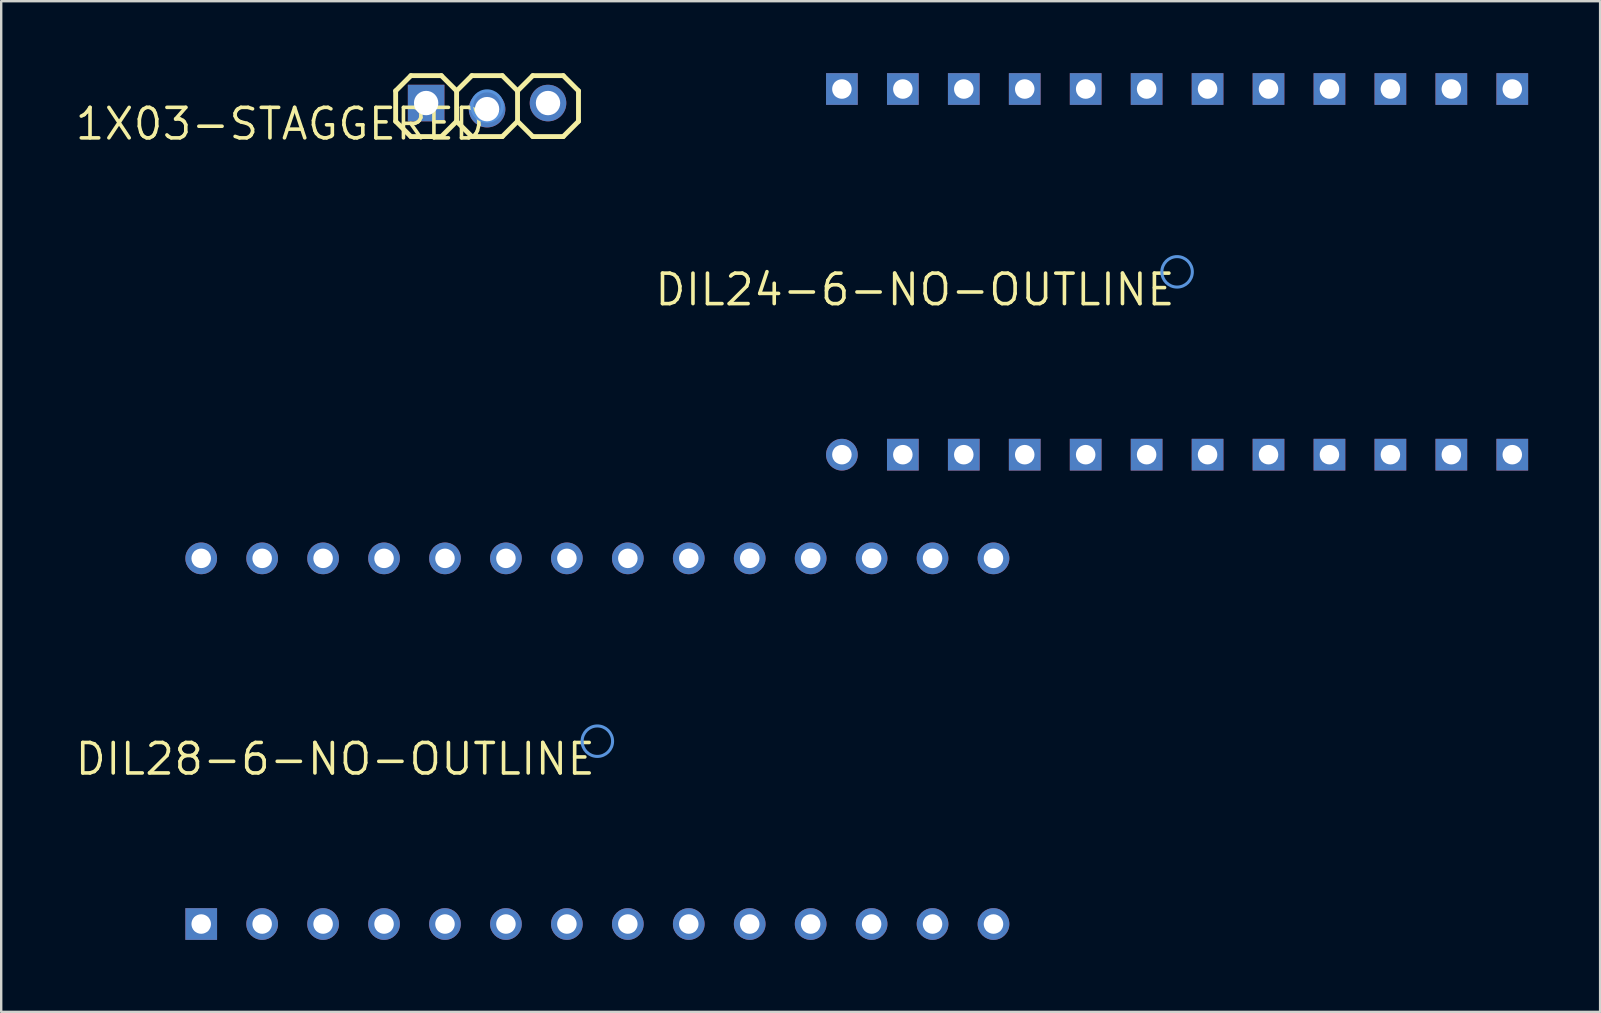
<source format=kicad_pcb>
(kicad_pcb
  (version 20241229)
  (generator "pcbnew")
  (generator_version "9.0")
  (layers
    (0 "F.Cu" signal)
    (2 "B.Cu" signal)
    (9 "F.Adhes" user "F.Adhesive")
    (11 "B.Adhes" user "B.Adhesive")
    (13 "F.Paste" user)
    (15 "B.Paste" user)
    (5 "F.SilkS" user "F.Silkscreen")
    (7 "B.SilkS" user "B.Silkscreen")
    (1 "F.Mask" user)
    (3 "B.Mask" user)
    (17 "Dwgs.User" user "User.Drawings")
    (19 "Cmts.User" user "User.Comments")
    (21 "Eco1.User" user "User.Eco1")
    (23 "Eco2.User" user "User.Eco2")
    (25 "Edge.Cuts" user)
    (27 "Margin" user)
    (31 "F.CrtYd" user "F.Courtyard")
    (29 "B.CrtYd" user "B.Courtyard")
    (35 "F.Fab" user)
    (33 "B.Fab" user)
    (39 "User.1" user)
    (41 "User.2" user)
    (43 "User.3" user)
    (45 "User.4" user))
  (footprint "DIL28-6-NO-OUTLINE"
    (layer "F.Cu")
    (at 21.846 27.841)
    (property "Reference" "DIL28-6-NO-OUTLINE" (at 0 0 0) (layer "F.SilkS") (effects (font (size 1.27 1.27) (thickness 0.15)) (justify right top)))
    (attr through_hole)
    (fp_circle (center 0 0) (end 0.635 0) (stroke (width 0.127) (type solid)) (fill no) (layer "Cmts.User"))
    (fp_poly (pts (xy -16.764 -7.366) (xy -16.256 -7.366) (xy -16.256 -7.874) (xy -16.764 -7.874)) (stroke (width 0.1) (type solid)) (fill no) (layer "F.Fab"))
    (fp_poly (pts (xy -16.764 7.874) (xy -16.256 7.874) (xy -16.256 7.366) (xy -16.764 7.366)) (stroke (width 0.1) (type solid)) (fill no) (layer "F.Fab"))
    (fp_poly (pts (xy -14.224 -7.366) (xy -13.716 -7.366) (xy -13.716 -7.874) (xy -14.224 -7.874)) (stroke (width 0.1) (type solid)) (fill no) (layer "F.Fab"))
    (fp_poly (pts (xy -14.224 7.874) (xy -13.716 7.874) (xy -13.716 7.366) (xy -14.224 7.366)) (stroke (width 0.1) (type solid)) (fill no) (layer "F.Fab"))
    (fp_poly (pts (xy -11.684 -7.366) (xy -11.176 -7.366) (xy -11.176 -7.874) (xy -11.684 -7.874)) (stroke (width 0.1) (type solid)) (fill no) (layer "F.Fab"))
    (fp_poly (pts (xy -11.684 7.874) (xy -11.176 7.874) (xy -11.176 7.366) (xy -11.684 7.366)) (stroke (width 0.1) (type solid)) (fill no) (layer "F.Fab"))
    (fp_poly (pts (xy -9.144 -7.366) (xy -8.636 -7.366) (xy -8.636 -7.874) (xy -9.144 -7.874)) (stroke (width 0.1) (type solid)) (fill no) (layer "F.Fab"))
    (fp_poly (pts (xy -9.144 7.874) (xy -8.636 7.874) (xy -8.636 7.366) (xy -9.144 7.366)) (stroke (width 0.1) (type solid)) (fill no) (layer "F.Fab"))
    (fp_poly (pts (xy -6.604 -7.366) (xy -6.096 -7.366) (xy -6.096 -7.874) (xy -6.604 -7.874)) (stroke (width 0.1) (type solid)) (fill no) (layer "F.Fab"))
    (fp_poly (pts (xy -6.604 7.874) (xy -6.096 7.874) (xy -6.096 7.366) (xy -6.604 7.366)) (stroke (width 0.1) (type solid)) (fill no) (layer "F.Fab"))
    (fp_poly (pts (xy -4.064 -7.366) (xy -3.556 -7.366) (xy -3.556 -7.874) (xy -4.064 -7.874)) (stroke (width 0.1) (type solid)) (fill no) (layer "F.Fab"))
    (fp_poly (pts (xy -4.064 7.874) (xy -3.556 7.874) (xy -3.556 7.366) (xy -4.064 7.366)) (stroke (width 0.1) (type solid)) (fill no) (layer "F.Fab"))
    (fp_poly (pts (xy -1.524 -7.366) (xy -1.016 -7.366) (xy -1.016 -7.874) (xy -1.524 -7.874)) (stroke (width 0.1) (type solid)) (fill no) (layer "F.Fab"))
    (fp_poly (pts (xy -1.524 7.874) (xy -1.016 7.874) (xy -1.016 7.366) (xy -1.524 7.366)) (stroke (width 0.1) (type solid)) (fill no) (layer "F.Fab"))
    (fp_poly (pts (xy 1.016 -7.366) (xy 1.524 -7.366) (xy 1.524 -7.874) (xy 1.016 -7.874)) (stroke (width 0.1) (type solid)) (fill no) (layer "F.Fab"))
    (fp_poly (pts (xy 1.016 7.874) (xy 1.524 7.874) (xy 1.524 7.366) (xy 1.016 7.366)) (stroke (width 0.1) (type solid)) (fill no) (layer "F.Fab"))
    (fp_poly (pts (xy 3.556 -7.366) (xy 4.064 -7.366) (xy 4.064 -7.874) (xy 3.556 -7.874)) (stroke (width 0.1) (type solid)) (fill no) (layer "F.Fab"))
    (fp_poly (pts (xy 3.556 7.874) (xy 4.064 7.874) (xy 4.064 7.366) (xy 3.556 7.366)) (stroke (width 0.1) (type solid)) (fill no) (layer "F.Fab"))
    (fp_poly (pts (xy 6.096 -7.366) (xy 6.604 -7.366) (xy 6.604 -7.874) (xy 6.096 -7.874)) (stroke (width 0.1) (type solid)) (fill no) (layer "F.Fab"))
    (fp_poly (pts (xy 6.096 7.874) (xy 6.604 7.874) (xy 6.604 7.366) (xy 6.096 7.366)) (stroke (width 0.1) (type solid)) (fill no) (layer "F.Fab"))
    (fp_poly (pts (xy 8.636 -7.366) (xy 9.144 -7.366) (xy 9.144 -7.874) (xy 8.636 -7.874)) (stroke (width 0.1) (type solid)) (fill no) (layer "F.Fab"))
    (fp_poly (pts (xy 8.636 7.874) (xy 9.144 7.874) (xy 9.144 7.366) (xy 8.636 7.366)) (stroke (width 0.1) (type solid)) (fill no) (layer "F.Fab"))
    (fp_poly (pts (xy 11.176 -7.366) (xy 11.684 -7.366) (xy 11.684 -7.874) (xy 11.176 -7.874)) (stroke (width 0.1) (type solid)) (fill no) (layer "F.Fab"))
    (fp_poly (pts (xy 11.176 7.874) (xy 11.684 7.874) (xy 11.684 7.366) (xy 11.176 7.366)) (stroke (width 0.1) (type solid)) (fill no) (layer "F.Fab"))
    (fp_poly (pts (xy 13.716 -7.366) (xy 14.224 -7.366) (xy 14.224 -7.874) (xy 13.716 -7.874)) (stroke (width 0.1) (type solid)) (fill no) (layer "F.Fab"))
    (fp_poly (pts (xy 13.716 7.874) (xy 14.224 7.874) (xy 14.224 7.366) (xy 13.716 7.366)) (stroke (width 0.1) (type solid)) (fill no) (layer "F.Fab"))
    (fp_poly (pts (xy 16.256 -7.366) (xy 16.764 -7.366) (xy 16.764 -7.874) (xy 16.256 -7.874)) (stroke (width 0.1) (type solid)) (fill no) (layer "F.Fab"))
    (fp_poly (pts (xy 16.256 7.874) (xy 16.764 7.874) (xy 16.764 7.366) (xy 16.256 7.366)) (stroke (width 0.1) (type solid)) (fill no) (layer "F.Fab"))
    (pad "1" thru_hole rect (at -16.51 7.62 90) (size 1.321 1.321) (drill 0.813) (layers "*.Cu" "*.Mask"))
    (pad "2" thru_hole circle (at -13.97 7.62 90) (size 1.321 1.321) (drill 0.813) (layers "*.Cu" "*.Mask"))
    (pad "3" thru_hole circle (at -11.43 7.62 90) (size 1.321 1.321) (drill 0.813) (layers "*.Cu" "*.Mask"))
    (pad "4" thru_hole circle (at -8.89 7.62 90) (size 1.321 1.321) (drill 0.813) (layers "*.Cu" "*.Mask"))
    (pad "5" thru_hole circle (at -6.35 7.62 90) (size 1.321 1.321) (drill 0.813) (layers "*.Cu" "*.Mask"))
    (pad "6" thru_hole circle (at -3.81 7.62 90) (size 1.321 1.321) (drill 0.813) (layers "*.Cu" "*.Mask"))
    (pad "7" thru_hole circle (at -1.27 7.62 90) (size 1.321 1.321) (drill 0.813) (layers "*.Cu" "*.Mask"))
    (pad "8" thru_hole circle (at 1.27 7.62 90) (size 1.321 1.321) (drill 0.813) (layers "*.Cu" "*.Mask"))
    (pad "9" thru_hole circle (at 3.81 7.62 90) (size 1.321 1.321) (drill 0.813) (layers "*.Cu" "*.Mask"))
    (pad "10" thru_hole circle (at 6.35 7.62 90) (size 1.321 1.321) (drill 0.813) (layers "*.Cu" "*.Mask"))
    (pad "11" thru_hole circle (at 8.89 7.62 90) (size 1.321 1.321) (drill 0.813) (layers "*.Cu" "*.Mask"))
    (pad "12" thru_hole circle (at 11.43 7.62 90) (size 1.321 1.321) (drill 0.813) (layers "*.Cu" "*.Mask"))
    (pad "13" thru_hole circle (at 13.97 7.62 90) (size 1.321 1.321) (drill 0.813) (layers "*.Cu" "*.Mask"))
    (pad "14" thru_hole circle (at 16.51 7.62 90) (size 1.321 1.321) (drill 0.813) (layers "*.Cu" "*.Mask"))
    (pad "15" thru_hole circle (at 16.51 -7.62 90) (size 1.321 1.321) (drill 0.813) (layers "*.Cu" "*.Mask"))
    (pad "16" thru_hole circle (at 13.97 -7.62 90) (size 1.321 1.321) (drill 0.813) (layers "*.Cu" "*.Mask"))
    (pad "17" thru_hole circle (at 11.43 -7.62 90) (size 1.321 1.321) (drill 0.813) (layers "*.Cu" "*.Mask"))
    (pad "18" thru_hole circle (at 8.89 -7.62 90) (size 1.321 1.321) (drill 0.813) (layers "*.Cu" "*.Mask"))
    (pad "19" thru_hole circle (at 6.35 -7.62 90) (size 1.321 1.321) (drill 0.813) (layers "*.Cu" "*.Mask"))
    (pad "20" thru_hole circle (at 3.81 -7.62 90) (size 1.321 1.321) (drill 0.813) (layers "*.Cu" "*.Mask"))
    (pad "21" thru_hole circle (at 1.27 -7.62 90) (size 1.321 1.321) (drill 0.813) (layers "*.Cu" "*.Mask"))
    (pad "22" thru_hole circle (at -1.27 -7.62 90) (size 1.321 1.321) (drill 0.813) (layers "*.Cu" "*.Mask"))
    (pad "23" thru_hole circle (at -3.81 -7.62 90) (size 1.321 1.321) (drill 0.813) (layers "*.Cu" "*.Mask"))
    (pad "24" thru_hole circle (at -6.35 -7.62 90) (size 1.321 1.321) (drill 0.813) (layers "*.Cu" "*.Mask"))
    (pad "25" thru_hole circle (at -8.89 -7.62 90) (size 1.321 1.321) (drill 0.813) (layers "*.Cu" "*.Mask"))
    (pad "26" thru_hole circle (at -11.43 -7.62 90) (size 1.321 1.321) (drill 0.813) (layers "*.Cu" "*.Mask"))
    (pad "27" thru_hole circle (at -13.97 -7.62 90) (size 1.321 1.321) (drill 0.813) (layers "*.Cu" "*.Mask"))
    (pad "28" thru_hole circle (at -16.51 -7.62 90) (size 1.321 1.321) (drill 0.813) (layers "*.Cu" "*.Mask")))
  (footprint "1X03-STAGGERED"
    (layer "F.Cu")
    (at 17.25 1.372)
    (property "Reference" "1X03-STAGGERED" (at 0 0 0) (layer "F.SilkS") (effects (font (size 1.27 1.27) (thickness 0.15)) (justify right top)))
    (attr through_hole)
    (fp_line (start -3.81 -0.635) (end -3.81 0.635) (stroke (width 0.203) (type solid)) (layer "F.SilkS"))
    (fp_line (start -3.81 0.635) (end -3.175 1.27) (stroke (width 0.203) (type solid)) (layer "F.SilkS"))
    (fp_line (start -3.175 -1.27) (end -3.81 -0.635) (stroke (width 0.203) (type solid)) (layer "F.SilkS"))
    (fp_line (start -3.175 -1.27) (end -1.905 -1.27) (stroke (width 0.203) (type solid)) (layer "F.SilkS"))
    (fp_line (start -1.905 -1.27) (end -1.27 -0.635) (stroke (width 0.203) (type solid)) (layer "F.SilkS"))
    (fp_line (start -1.905 1.27) (end -3.175 1.27) (stroke (width 0.203) (type solid)) (layer "F.SilkS"))
    (fp_line (start -1.27 -0.635) (end -1.27 0.635) (stroke (width 0.203) (type solid)) (layer "F.SilkS"))
    (fp_line (start -1.27 -0.635) (end -0.635 -1.27) (stroke (width 0.203) (type solid)) (layer "F.SilkS"))
    (fp_line (start -1.27 0.635) (end -1.905 1.27) (stroke (width 0.203) (type solid)) (layer "F.SilkS"))
    (fp_line (start -0.635 -1.27) (end 0.635 -1.27) (stroke (width 0.203) (type solid)) (layer "F.SilkS"))
    (fp_line (start -0.635 1.27) (end -1.27 0.635) (stroke (width 0.203) (type solid)) (layer "F.SilkS"))
    (fp_line (start 0.635 -1.27) (end 1.27 -0.635) (stroke (width 0.203) (type solid)) (layer "F.SilkS"))
    (fp_line (start 0.635 1.27) (end -0.635 1.27) (stroke (width 0.203) (type solid)) (layer "F.SilkS"))
    (fp_line (start 1.27 -0.635) (end 1.27 0.635) (stroke (width 0.203) (type solid)) (layer "F.SilkS"))
    (fp_line (start 1.27 -0.635) (end 1.905 -1.27) (stroke (width 0.203) (type solid)) (layer "F.SilkS"))
    (fp_line (start 1.27 0.635) (end 0.635 1.27) (stroke (width 0.203) (type solid)) (layer "F.SilkS"))
    (fp_line (start 1.905 -1.27) (end 3.175 -1.27) (stroke (width 0.203) (type solid)) (layer "F.SilkS"))
    (fp_line (start 1.905 1.27) (end 1.27 0.635) (stroke (width 0.203) (type solid)) (layer "F.SilkS"))
    (fp_line (start 3.175 -1.27) (end 3.81 -0.635) (stroke (width 0.203) (type solid)) (layer "F.SilkS"))
    (fp_line (start 3.175 1.27) (end 1.905 1.27) (stroke (width 0.203) (type solid)) (layer "F.SilkS"))
    (fp_line (start 3.81 -0.635) (end 3.81 0.635) (stroke (width 0.203) (type solid)) (layer "F.SilkS"))
    (fp_line (start 3.81 0.635) (end 3.175 1.27) (stroke (width 0.203) (type solid)) (layer "F.SilkS"))
    (fp_circle (center 0 0) (end 0.635 0) (stroke (width 0.127) (type solid)) (fill no) (layer "Cmts.User"))
    (fp_poly (pts (xy -2.794 0.254) (xy -2.286 0.254) (xy -2.286 -0.254) (xy -2.794 -0.254)) (stroke (width 0.1) (type solid)) (fill no) (layer "F.Fab"))
    (fp_poly (pts (xy -0.254 0.254) (xy 0.254 0.254) (xy 0.254 -0.254) (xy -0.254 -0.254)) (stroke (width 0.1) (type solid)) (fill no) (layer "F.Fab"))
    (fp_poly (pts (xy 2.286 0.254) (xy 2.794 0.254) (xy 2.794 -0.254) (xy 2.286 -0.254)) (stroke (width 0.1) (type solid)) (fill no) (layer "F.Fab"))
    (pad "1" thru_hole rect (at -2.54 -0.127 90) (size 1.524 1.524) (drill 1.016) (layers "*.Cu" "*.Mask"))
    (pad "2" thru_hole circle (at 0 0.127 90) (size 1.524 1.524) (drill 1.016) (layers "*.Cu" "*.Mask"))
    (pad "3" thru_hole circle (at 2.54 -0.127 90) (size 1.524 1.524) (drill 1.016) (layers "*.Cu" "*.Mask")))
  (footprint "DIL24-6-NO-OUTLINE"
    (layer "F.Cu")
    (at 46.008 8.28)
    (property "Reference" "DIL24-6-NO-OUTLINE" (at 0 0 0) (layer "F.SilkS") (effects (font (size 1.27 1.27) (thickness 0.15)) (justify right top)))
    (attr through_hole)
    (fp_circle (center 0 0) (end 0.635 0) (stroke (width 0.127) (type solid)) (fill no) (layer "Cmts.User"))
    (fp_poly (pts (xy -14.224 -7.366) (xy -13.716 -7.366) (xy -13.716 -7.874) (xy -14.224 -7.874)) (stroke (width 0.1) (type solid)) (fill no) (layer "F.Fab"))
    (fp_poly (pts (xy -14.224 7.874) (xy -13.716 7.874) (xy -13.716 7.366) (xy -14.224 7.366)) (stroke (width 0.1) (type solid)) (fill no) (layer "F.Fab"))
    (fp_poly (pts (xy -11.684 -7.366) (xy -11.176 -7.366) (xy -11.176 -7.874) (xy -11.684 -7.874)) (stroke (width 0.1) (type solid)) (fill no) (layer "F.Fab"))
    (fp_poly (pts (xy -11.684 7.874) (xy -11.176 7.874) (xy -11.176 7.366) (xy -11.684 7.366)) (stroke (width 0.1) (type solid)) (fill no) (layer "F.Fab"))
    (fp_poly (pts (xy -9.144 -7.366) (xy -8.636 -7.366) (xy -8.636 -7.874) (xy -9.144 -7.874)) (stroke (width 0.1) (type solid)) (fill no) (layer "F.Fab"))
    (fp_poly (pts (xy -9.144 7.874) (xy -8.636 7.874) (xy -8.636 7.366) (xy -9.144 7.366)) (stroke (width 0.1) (type solid)) (fill no) (layer "F.Fab"))
    (fp_poly (pts (xy -6.604 -7.366) (xy -6.096 -7.366) (xy -6.096 -7.874) (xy -6.604 -7.874)) (stroke (width 0.1) (type solid)) (fill no) (layer "F.Fab"))
    (fp_poly (pts (xy -6.604 7.874) (xy -6.096 7.874) (xy -6.096 7.366) (xy -6.604 7.366)) (stroke (width 0.1) (type solid)) (fill no) (layer "F.Fab"))
    (fp_poly (pts (xy -4.064 -7.366) (xy -3.556 -7.366) (xy -3.556 -7.874) (xy -4.064 -7.874)) (stroke (width 0.1) (type solid)) (fill no) (layer "F.Fab"))
    (fp_poly (pts (xy -4.064 7.874) (xy -3.556 7.874) (xy -3.556 7.366) (xy -4.064 7.366)) (stroke (width 0.1) (type solid)) (fill no) (layer "F.Fab"))
    (fp_poly (pts (xy -1.524 -7.366) (xy -1.016 -7.366) (xy -1.016 -7.874) (xy -1.524 -7.874)) (stroke (width 0.1) (type solid)) (fill no) (layer "F.Fab"))
    (fp_poly (pts (xy -1.524 7.874) (xy -1.016 7.874) (xy -1.016 7.366) (xy -1.524 7.366)) (stroke (width 0.1) (type solid)) (fill no) (layer "F.Fab"))
    (fp_poly (pts (xy 1.016 -7.366) (xy 1.524 -7.366) (xy 1.524 -7.874) (xy 1.016 -7.874)) (stroke (width 0.1) (type solid)) (fill no) (layer "F.Fab"))
    (fp_poly (pts (xy 1.016 7.874) (xy 1.524 7.874) (xy 1.524 7.366) (xy 1.016 7.366)) (stroke (width 0.1) (type solid)) (fill no) (layer "F.Fab"))
    (fp_poly (pts (xy 3.556 -7.366) (xy 4.064 -7.366) (xy 4.064 -7.874) (xy 3.556 -7.874)) (stroke (width 0.1) (type solid)) (fill no) (layer "F.Fab"))
    (fp_poly (pts (xy 3.556 7.874) (xy 4.064 7.874) (xy 4.064 7.366) (xy 3.556 7.366)) (stroke (width 0.1) (type solid)) (fill no) (layer "F.Fab"))
    (fp_poly (pts (xy 6.096 -7.366) (xy 6.604 -7.366) (xy 6.604 -7.874) (xy 6.096 -7.874)) (stroke (width 0.1) (type solid)) (fill no) (layer "F.Fab"))
    (fp_poly (pts (xy 6.096 7.874) (xy 6.604 7.874) (xy 6.604 7.366) (xy 6.096 7.366)) (stroke (width 0.1) (type solid)) (fill no) (layer "F.Fab"))
    (fp_poly (pts (xy 8.636 -7.366) (xy 9.144 -7.366) (xy 9.144 -7.874) (xy 8.636 -7.874)) (stroke (width 0.1) (type solid)) (fill no) (layer "F.Fab"))
    (fp_poly (pts (xy 8.636 7.874) (xy 9.144 7.874) (xy 9.144 7.366) (xy 8.636 7.366)) (stroke (width 0.1) (type solid)) (fill no) (layer "F.Fab"))
    (fp_poly (pts (xy 11.176 -7.366) (xy 11.684 -7.366) (xy 11.684 -7.874) (xy 11.176 -7.874)) (stroke (width 0.1) (type solid)) (fill no) (layer "F.Fab"))
    (fp_poly (pts (xy 11.176 7.874) (xy 11.684 7.874) (xy 11.684 7.366) (xy 11.176 7.366)) (stroke (width 0.1) (type solid)) (fill no) (layer "F.Fab"))
    (fp_poly (pts (xy 13.716 -7.366) (xy 14.224 -7.366) (xy 14.224 -7.874) (xy 13.716 -7.874)) (stroke (width 0.1) (type solid)) (fill no) (layer "F.Fab"))
    (fp_poly (pts (xy 13.716 7.874) (xy 14.224 7.874) (xy 14.224 7.366) (xy 13.716 7.366)) (stroke (width 0.1) (type solid)) (fill no) (layer "F.Fab"))
    (pad "1" thru_hole circle (at -13.97 7.62 90) (size 1.321 1.321) (drill 0.813) (layers "*.Cu" "*.Mask"))
    (pad "2" thru_hole rect (at -11.43 7.62 90) (size 1.321 1.321) (drill 0.813) (layers "*.Cu" "*.Mask"))
    (pad "3" thru_hole rect (at -8.89 7.62 90) (size 1.321 1.321) (drill 0.813) (layers "*.Cu" "*.Mask"))
    (pad "4" thru_hole rect (at -6.35 7.62 90) (size 1.321 1.321) (drill 0.813) (layers "*.Cu" "*.Mask"))
    (pad "5" thru_hole rect (at -3.81 7.62 90) (size 1.321 1.321) (drill 0.813) (layers "*.Cu" "*.Mask"))
    (pad "6" thru_hole rect (at -1.27 7.62 90) (size 1.321 1.321) (drill 0.813) (layers "*.Cu" "*.Mask"))
    (pad "7" thru_hole rect (at 1.27 7.62 90) (size 1.321 1.321) (drill 0.813) (layers "*.Cu" "*.Mask"))
    (pad "8" thru_hole rect (at 3.81 7.62 90) (size 1.321 1.321) (drill 0.813) (layers "*.Cu" "*.Mask"))
    (pad "9" thru_hole rect (at 6.35 7.62 90) (size 1.321 1.321) (drill 0.813) (layers "*.Cu" "*.Mask"))
    (pad "10" thru_hole rect (at 8.89 7.62 90) (size 1.321 1.321) (drill 0.813) (layers "*.Cu" "*.Mask"))
    (pad "11" thru_hole rect (at 11.43 7.62 90) (size 1.321 1.321) (drill 0.813) (layers "*.Cu" "*.Mask"))
    (pad "12" thru_hole rect (at 13.97 7.62 90) (size 1.321 1.321) (drill 0.813) (layers "*.Cu" "*.Mask"))
    (pad "13" thru_hole rect (at 13.97 -7.62 90) (size 1.321 1.321) (drill 0.813) (layers "*.Cu" "*.Mask"))
    (pad "14" thru_hole rect (at 11.43 -7.62 90) (size 1.321 1.321) (drill 0.813) (layers "*.Cu" "*.Mask"))
    (pad "15" thru_hole rect (at 8.89 -7.62 90) (size 1.321 1.321) (drill 0.813) (layers "*.Cu" "*.Mask"))
    (pad "16" thru_hole rect (at 6.35 -7.62 90) (size 1.321 1.321) (drill 0.813) (layers "*.Cu" "*.Mask"))
    (pad "17" thru_hole rect (at 3.81 -7.62 90) (size 1.321 1.321) (drill 0.813) (layers "*.Cu" "*.Mask"))
    (pad "18" thru_hole rect (at 1.27 -7.62 90) (size 1.321 1.321) (drill 0.813) (layers "*.Cu" "*.Mask"))
    (pad "19" thru_hole rect (at -1.27 -7.62 90) (size 1.321 1.321) (drill 0.813) (layers "*.Cu" "*.Mask"))
    (pad "20" thru_hole rect (at -3.81 -7.62 90) (size 1.321 1.321) (drill 0.813) (layers "*.Cu" "*.Mask"))
    (pad "21" thru_hole rect (at -6.35 -7.62 90) (size 1.321 1.321) (drill 0.813) (layers "*.Cu" "*.Mask"))
    (pad "22" thru_hole rect (at -8.89 -7.62 90) (size 1.321 1.321) (drill 0.813) (layers "*.Cu" "*.Mask"))
    (pad "23" thru_hole rect (at -11.43 -7.62 90) (size 1.321 1.321) (drill 0.813) (layers "*.Cu" "*.Mask"))
    (pad "24" thru_hole rect (at -13.97 -7.62 90) (size 1.321 1.321) (drill 0.813) (layers "*.Cu" "*.Mask")))
  (gr_rect
    (start -3 -3)
    (end 63.639 39.122)
    (stroke (width 0.1) (type default))
    (fill no)
    (layer "Edge.Cuts")))
</source>
